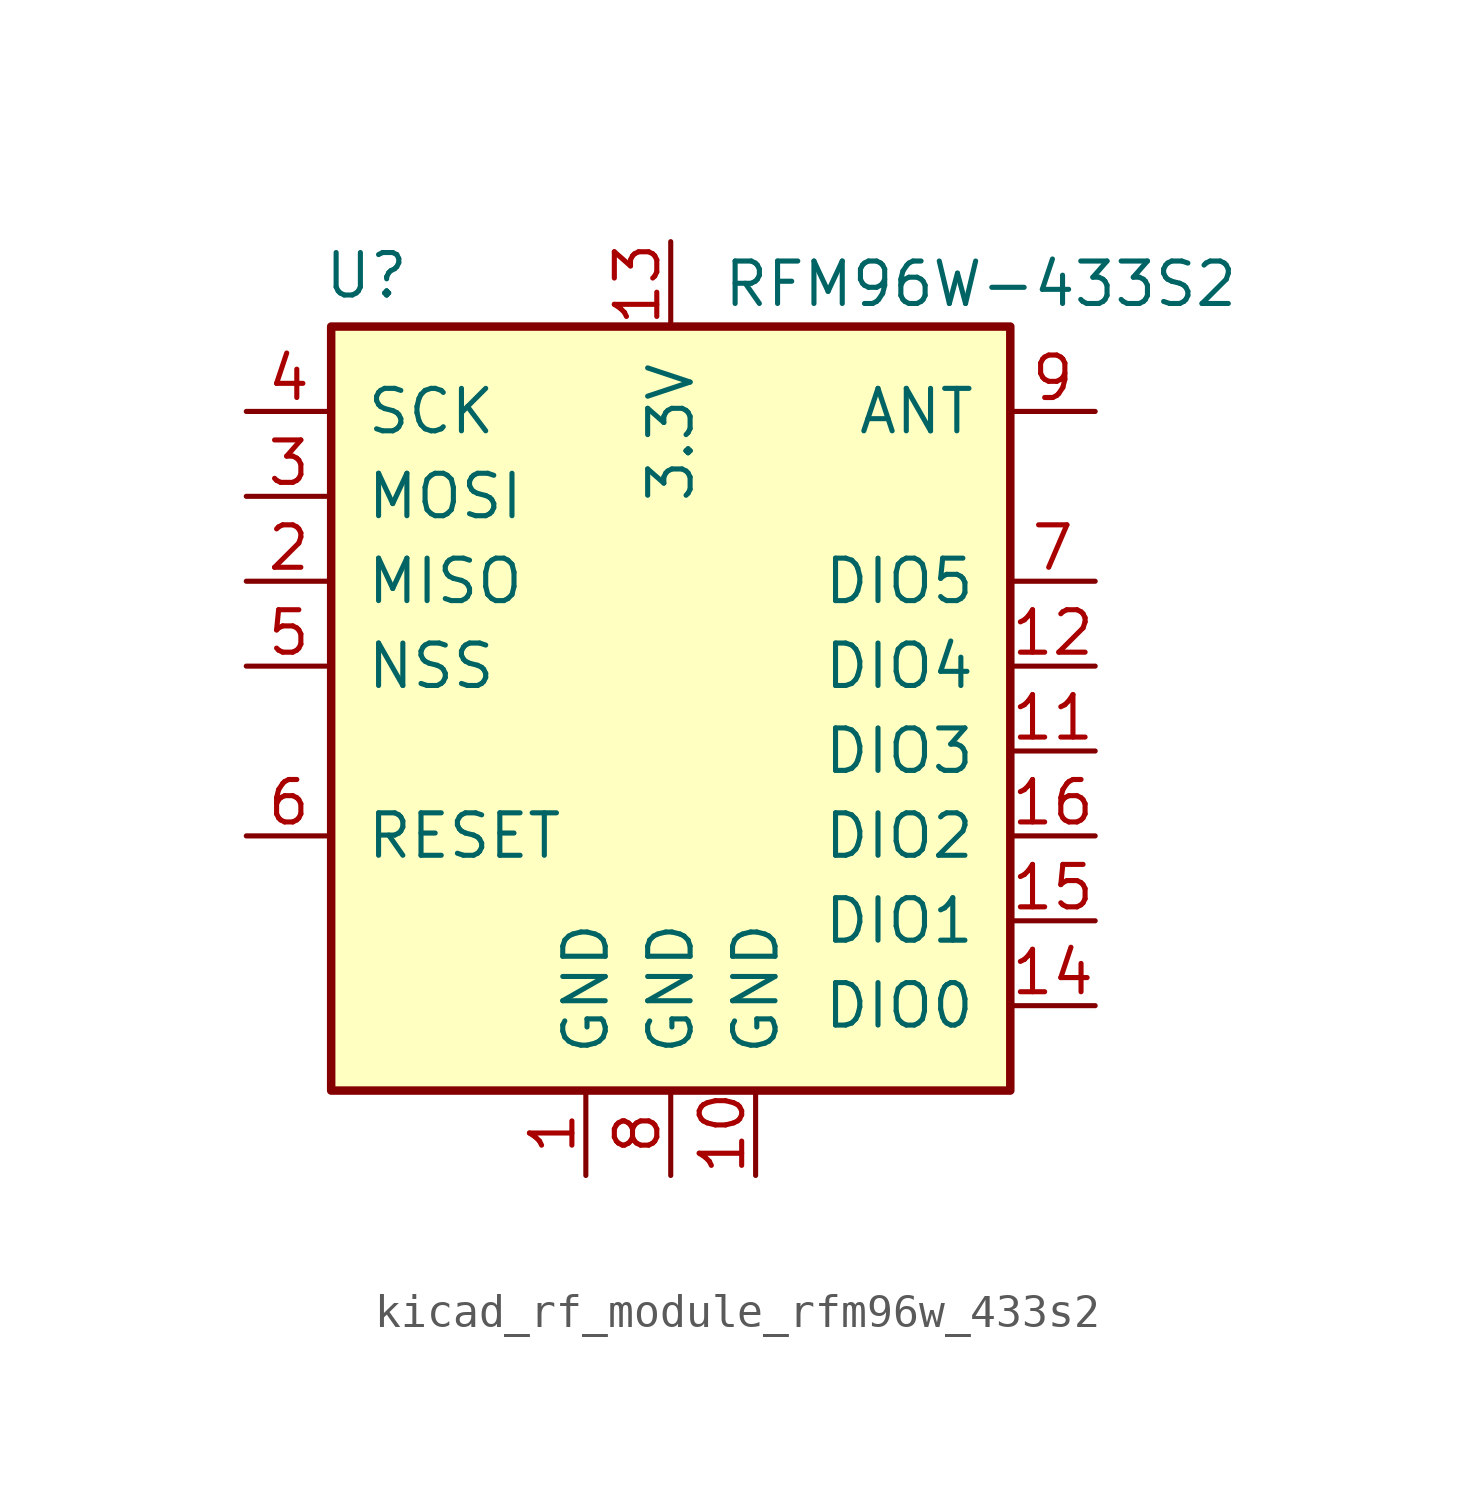
<source format=kicad_sym>
(kicad_symbol_lib
  (version 20220914)
  (generator kicad_symbol_editor)
  (symbol "kicad_rf_module_rfm96w_433s2"
    (pin_names
      (offset 1.016))
    (property "Reference" "U"
      (at -10.414 11.684 0)
      (effects (font (size 1.27 1.27)) (justify left)))
    (property "Value" "RFM96W-433S2"
      (at 1.524 11.43 0)
      (effects (font (size 1.27 1.27)) (justify left)))
    (symbol "kicad_rf_module_rfm96w_433s2_0_1"
      (rectangle (start -10.16 10.16) (end 10.16 -12.7) (stroke (width 0.254) (type default)) (fill (type background))))
    (symbol "kicad_rf_module_rfm96w_433s2_1_1"
      (pin power_in line (at -2.54 -15.24 90) (length 2.54) (name "GND" (effects (font (size 1.27 1.27)))) (number "1" (effects (font (size 1.27 1.27)))))
      (pin power_in line (at 2.54 -15.24 90) (length 2.54) (name "GND" (effects (font (size 1.27 1.27)))) (number "10" (effects (font (size 1.27 1.27)))))
      (pin bidirectional line (at 12.7 -2.54 180) (length 2.54) (name "DIO3" (effects (font (size 1.27 1.27)))) (number "11" (effects (font (size 1.27 1.27)))))
      (pin bidirectional line (at 12.7 0 180) (length 2.54) (name "DIO4" (effects (font (size 1.27 1.27)))) (number "12" (effects (font (size 1.27 1.27)))))
      (pin power_in line (at 0 12.7 270) (length 2.54) (name "3.3V" (effects (font (size 1.27 1.27)))) (number "13" (effects (font (size 1.27 1.27)))))
      (pin bidirectional line (at 12.7 -10.16 180) (length 2.54) (name "DIO0" (effects (font (size 1.27 1.27)))) (number "14" (effects (font (size 1.27 1.27)))))
      (pin bidirectional line (at 12.7 -7.62 180) (length 2.54) (name "DIO1" (effects (font (size 1.27 1.27)))) (number "15" (effects (font (size 1.27 1.27)))))
      (pin bidirectional line (at 12.7 -5.08 180) (length 2.54) (name "DIO2" (effects (font (size 1.27 1.27)))) (number "16" (effects (font (size 1.27 1.27)))))
      (pin output line (at -12.7 2.54 0) (length 2.54) (name "MISO" (effects (font (size 1.27 1.27)))) (number "2" (effects (font (size 1.27 1.27)))))
      (pin input line (at -12.7 5.08 0) (length 2.54) (name "MOSI" (effects (font (size 1.27 1.27)))) (number "3" (effects (font (size 1.27 1.27)))))
      (pin input line (at -12.7 7.62 0) (length 2.54) (name "SCK" (effects (font (size 1.27 1.27)))) (number "4" (effects (font (size 1.27 1.27)))))
      (pin input line (at -12.7 0 0) (length 2.54) (name "NSS" (effects (font (size 1.27 1.27)))) (number "5" (effects (font (size 1.27 1.27)))))
      (pin bidirectional line (at -12.7 -5.08 0) (length 2.54) (name "RESET" (effects (font (size 1.27 1.27)))) (number "6" (effects (font (size 1.27 1.27)))))
      (pin bidirectional line (at 12.7 2.54 180) (length 2.54) (name "DIO5" (effects (font (size 1.27 1.27)))) (number "7" (effects (font (size 1.27 1.27)))))
      (pin power_in line (at 0 -15.24 90) (length 2.54) (name "GND" (effects (font (size 1.27 1.27)))) (number "8" (effects (font (size 1.27 1.27)))))
      (pin bidirectional line (at 12.7 7.62 180) (length 2.54) (name "ANT" (effects (font (size 1.27 1.27)))) (number "9" (effects (font (size 1.27 1.27))))))))
</source>
